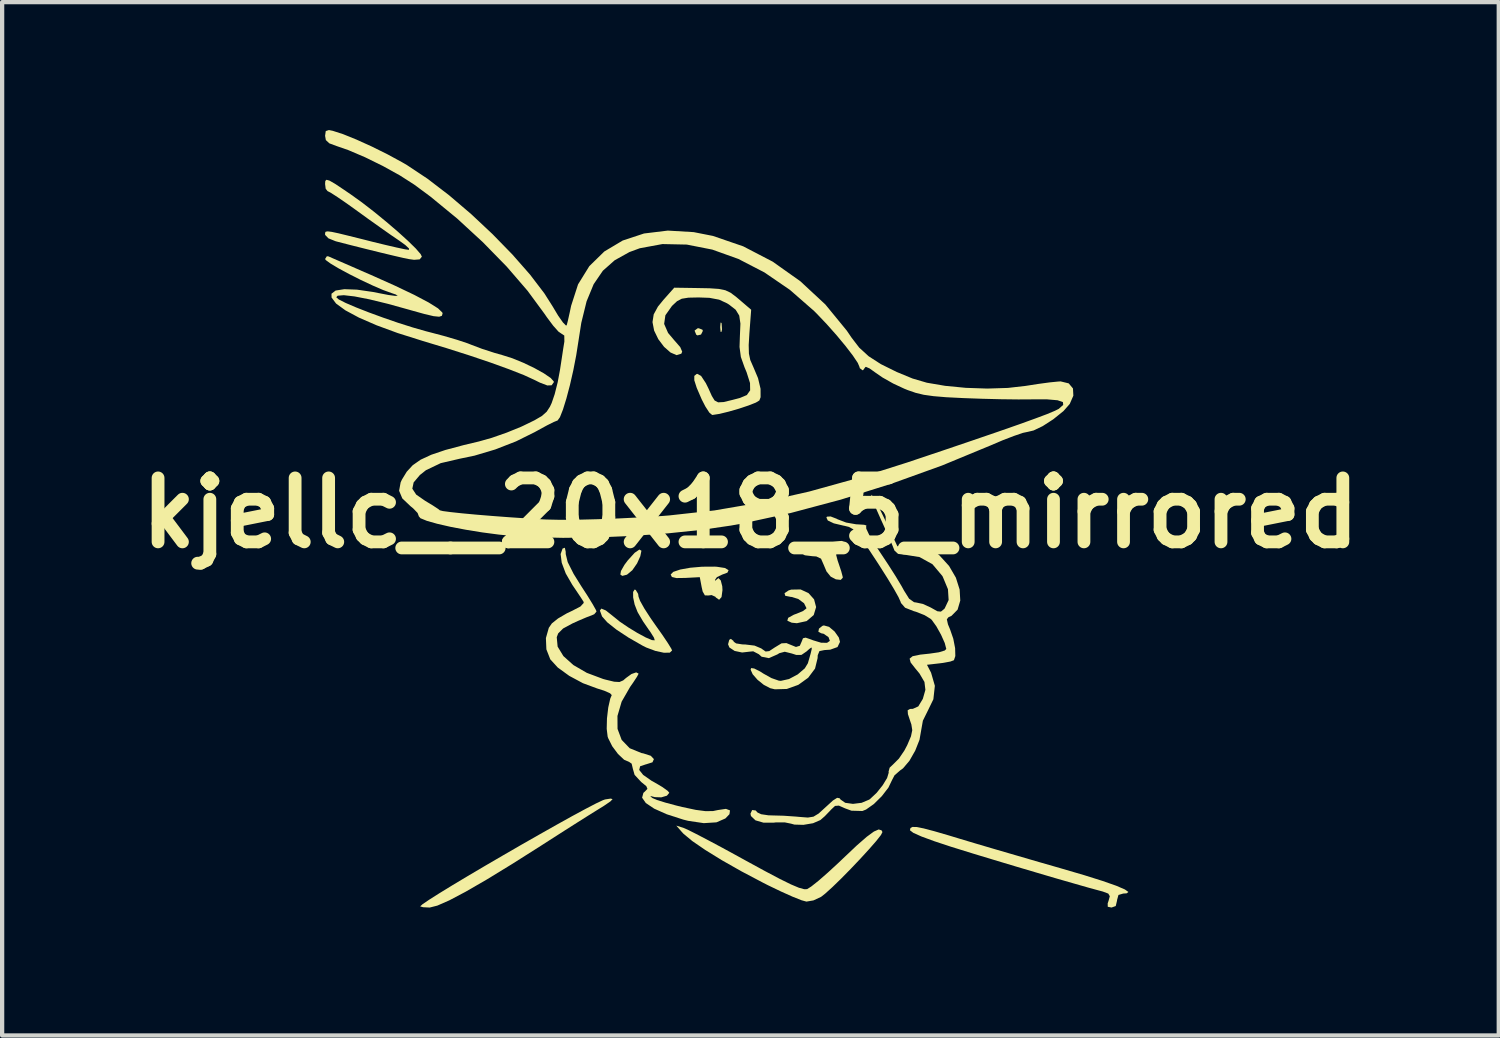
<source format=kicad_pcb>
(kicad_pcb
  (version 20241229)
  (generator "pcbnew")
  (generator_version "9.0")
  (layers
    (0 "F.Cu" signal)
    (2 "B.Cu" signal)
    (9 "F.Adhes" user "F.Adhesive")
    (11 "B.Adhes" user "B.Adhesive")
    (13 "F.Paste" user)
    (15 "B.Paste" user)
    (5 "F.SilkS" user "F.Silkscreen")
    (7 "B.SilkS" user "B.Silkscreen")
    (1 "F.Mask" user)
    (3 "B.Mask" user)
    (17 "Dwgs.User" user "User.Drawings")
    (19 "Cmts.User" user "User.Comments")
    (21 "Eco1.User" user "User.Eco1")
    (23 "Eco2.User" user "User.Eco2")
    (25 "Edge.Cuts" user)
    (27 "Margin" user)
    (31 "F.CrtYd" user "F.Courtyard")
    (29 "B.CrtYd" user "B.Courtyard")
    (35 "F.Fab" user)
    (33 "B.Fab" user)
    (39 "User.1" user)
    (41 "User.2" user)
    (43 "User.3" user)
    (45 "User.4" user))
  (footprint "kjellc__20x18_5_mirrored"
    (layer "F.Cu")
    (at 14.55 8.98)
    (property "Reference" "kjellc__20x18_5_mirrored" (at 0 0 0) (layer "F.SilkS") (effects (font (size 1.5 1.5) (thickness 0.3))))
    (attr board_only exclude_from_pos_files exclude_from_bom)
    (fp_poly (pts (xy -1.127 -4.298) (xy -1.116 -4.27) (xy -1.159 -4.184) (xy -1.243 -4.164) (xy -1.271 -4.18) (xy -1.311 -4.276) (xy -1.24 -4.33) (xy -1.214 -4.332)) (stroke (width 0) (type solid)) (fill yes) (layer "F.SilkS"))
    (fp_poly (pts (xy -0.68 -4.457) (xy -0.676 -4.445) (xy -0.667 -4.302) (xy -0.679 -4.248) (xy -0.7 -4.246) (xy -0.709 -4.349) (xy -0.709 -4.365) (xy -0.7 -4.466)) (stroke (width 0) (type solid)) (fill yes) (layer "F.SilkS"))
    (fp_poly (pts (xy -2.557 0.886) (xy -2.583 1.015) (xy -2.659 1.183) (xy -2.77 1.343) (xy -2.896 1.448) (xy -3.005 1.476) (xy -3.051 1.445) (xy -3.037 1.361) (xy -2.955 1.217) (xy -2.88 1.116) (xy -2.715 0.934) (xy -2.604 0.858)) (stroke (width 0) (type solid)) (fill yes) (layer "F.SilkS"))
    (fp_poly (pts (xy 1.362 1.88) (xy 1.492 2.026) (xy 1.54 2.207) (xy 1.484 2.394) (xy 1.482 2.396) (xy 1.318 2.536) (xy 1.089 2.586) (xy 0.968 2.574) (xy 0.865 2.527) (xy 0.884 2.46) (xy 1.019 2.386) (xy 1.083 2.363) (xy 1.233 2.3) (xy 1.31 2.241) (xy 1.313 2.231) (xy 1.257 2.118) (xy 1.124 2.019) (xy 0.966 1.97) (xy 0.947 1.969) (xy 0.816 1.943) (xy 0.799 1.882) (xy 0.895 1.817) (xy 0.957 1.798) (xy 1.176 1.794)) (stroke (width 0) (type solid)) (fill yes) (layer "F.SilkS"))
    (fp_poly (pts (xy 2.222 0.696) (xy 2.22 0.783) (xy 2.147 0.866) (xy 2.104 0.885) (xy 2.028 0.92) (xy 2.01 0.984) (xy 2.045 1.117) (xy 2.071 1.193) (xy 2.13 1.37) (xy 2.163 1.495) (xy 2.166 1.518) (xy 2.118 1.57) (xy 2.003 1.557) (xy 1.882 1.493) (xy 1.784 1.372) (xy 1.717 1.214) (xy 1.655 1.072) (xy 1.544 1.02) (xy 1.459 1.015) (xy 1.275 0.993) (xy 1.189 0.939) (xy 1.217 0.863) (xy 1.219 0.861) (xy 1.309 0.823) (xy 1.486 0.774) (xy 1.705 0.724) (xy 1.923 0.682) (xy 2.098 0.659) (xy 2.144 0.656)) (stroke (width 0) (type solid)) (fill yes) (layer "F.SilkS"))
    (fp_poly (pts (xy -0.788 1.262) (xy -0.598 1.291) (xy -0.513 1.342) (xy -0.54 1.4) (xy -0.664 1.446) (xy -0.786 1.505) (xy -0.827 1.562) (xy -0.823 1.598) (xy -0.81 1.576) (xy -0.751 1.527) (xy -0.696 1.583) (xy -0.661 1.72) (xy -0.656 1.809) (xy -0.678 1.973) (xy -0.735 2.036) (xy -0.811 1.983) (xy -0.822 1.966) (xy -0.911 1.926) (xy -0.982 1.935) (xy -1.068 1.934) (xy -1.12 1.844) (xy -1.144 1.74) (xy -1.188 1.506) (xy -1.529 1.524) (xy -1.737 1.527) (xy -1.842 1.502) (xy -1.871 1.444) (xy -1.81 1.382) (xy -1.647 1.327) (xy -1.412 1.285) (xy -1.135 1.261) (xy -0.843 1.259)) (stroke (width 0) (type solid)) (fill yes) (layer "F.SilkS"))
    (fp_poly (pts (xy -3.233 6.712) (xy -3.284 6.765) (xy -3.436 6.869) (xy -3.618 6.982) (xy -3.796 7.093) (xy -4.056 7.257) (xy -4.369 7.456) (xy -4.708 7.673) (xy -4.901 7.797) (xy -5.597 8.238) (xy -6.189 8.6) (xy -6.677 8.882) (xy -7.061 9.085) (xy -7.343 9.209) (xy -7.521 9.254) (xy -7.53 9.254) (xy -7.676 9.247) (xy -7.744 9.228) (xy -7.745 9.226) (xy -7.69 9.176) (xy -7.535 9.071) (xy -7.297 8.92) (xy -6.989 8.731) (xy -6.627 8.514) (xy -6.227 8.278) (xy -5.803 8.031) (xy -5.371 7.781) (xy -4.946 7.539) (xy -4.544 7.312) (xy -4.179 7.109) (xy -3.866 6.94) (xy -3.622 6.813) (xy -3.461 6.737) (xy -3.41 6.719) (xy -3.277 6.699)) (stroke (width 0) (type solid)) (fill yes) (layer "F.SilkS"))
    (fp_poly (pts (xy -2.691 1.805) (xy -2.634 1.898) (xy -2.625 1.963) (xy -2.588 2.063) (xy -2.489 2.24) (xy -2.344 2.464) (xy -2.232 2.625) (xy -2.067 2.858) (xy -1.936 3.053) (xy -1.855 3.185) (xy -1.838 3.226) (xy -1.892 3.277) (xy -2.033 3.278) (xy -2.228 3.236) (xy -2.443 3.156) (xy -2.525 3.115) (xy -2.857 2.925) (xy -3.142 2.737) (xy -3.357 2.566) (xy -3.477 2.431) (xy -3.481 2.425) (xy -3.531 2.289) (xy -3.498 2.243) (xy -3.391 2.287) (xy -3.223 2.421) (xy -3.067 2.547) (xy -2.867 2.683) (xy -2.654 2.813) (xy -2.458 2.919) (xy -2.311 2.982) (xy -2.244 2.987) (xy -2.263 2.925) (xy -2.342 2.798) (xy -2.381 2.744) (xy -2.519 2.543) (xy -2.639 2.339) (xy -2.65 2.317) (xy -2.716 2.148) (xy -2.751 1.982) (xy -2.752 1.853) (xy -2.718 1.797)) (stroke (width 0) (type solid)) (fill yes) (layer "F.SilkS"))
    (fp_poly (pts (xy 3.897 7.366) (xy 4.061 7.398) (xy 4.308 7.463) (xy 4.655 7.564) (xy 4.912 7.642) (xy 5.283 7.753) (xy 5.741 7.888) (xy 6.249 8.036) (xy 6.767 8.187) (xy 7.258 8.328) (xy 7.285 8.336) (xy 7.828 8.495) (xy 8.26 8.631) (xy 8.579 8.743) (xy 8.781 8.83) (xy 8.864 8.889) (xy 8.824 8.921) (xy 8.743 8.926) (xy 8.631 8.959) (xy 8.598 9.078) (xy 8.598 9.09) (xy 8.567 9.219) (xy 8.468 9.254) (xy 8.38 9.236) (xy 8.378 9.157) (xy 8.4 9.092) (xy 8.428 8.988) (xy 8.392 8.927) (xy 8.264 8.879) (xy 8.185 8.858) (xy 7.935 8.79) (xy 7.585 8.69) (xy 7.161 8.568) (xy 6.689 8.429) (xy 6.193 8.282) (xy 5.701 8.134) (xy 5.238 7.994) (xy 4.829 7.867) (xy 4.709 7.83) (xy 4.313 7.699) (xy 4.013 7.589) (xy 3.819 7.502) (xy 3.742 7.443) (xy 3.741 7.438) (xy 3.753 7.389) (xy 3.8 7.364)) (stroke (width 0) (type solid)) (fill yes) (layer "F.SilkS"))
    (fp_poly (pts (xy -1.575 7.384) (xy -1.471 7.429) (xy -1.272 7.529) (xy -0.996 7.673) (xy -0.662 7.851) (xy -0.29 8.054) (xy -0.114 8.151) (xy 0.337 8.397) (xy 0.687 8.582) (xy 0.949 8.711) (xy 1.136 8.79) (xy 1.26 8.824) (xy 1.328 8.823) (xy 1.425 8.762) (xy 1.595 8.627) (xy 1.816 8.434) (xy 2.068 8.202) (xy 2.178 8.097) (xy 2.491 7.801) (xy 2.727 7.595) (xy 2.895 7.472) (xy 3.007 7.423) (xy 3.074 7.443) (xy 3.096 7.484) (xy 3.061 7.553) (xy 2.951 7.693) (xy 2.783 7.885) (xy 2.578 8.109) (xy 2.354 8.345) (xy 2.129 8.574) (xy 1.923 8.774) (xy 1.754 8.927) (xy 1.656 9.004) (xy 1.477 9.087) (xy 1.313 9.115) (xy 1.197 9.083) (xy 0.991 9.001) (xy 0.721 8.88) (xy 0.411 8.731) (xy 0.295 8.672) (xy -0.213 8.404) (xy -0.669 8.145) (xy -1.058 7.905) (xy -1.364 7.695) (xy -1.57 7.524) (xy -1.608 7.483) (xy -1.739 7.333)) (stroke (width 0) (type solid)) (fill yes) (layer "F.SilkS"))
    (fp_poly (pts (xy -9.875 -7.795) (xy -9.747 -7.722) (xy -9.541 -7.585) (xy -9.371 -7.469) (xy -9.109 -7.281) (xy -8.826 -7.062) (xy -8.54 -6.828) (xy -8.269 -6.596) (xy -8.033 -6.382) (xy -7.848 -6.201) (xy -7.734 -6.069) (xy -7.706 -6.01) (xy -7.758 -5.947) (xy -7.889 -5.937) (xy -8.007 -5.953) (xy -8.139 -5.98) (xy -8.368 -6.033) (xy -8.668 -6.105) (xy -9.009 -6.189) (xy -9.363 -6.278) (xy -9.701 -6.365) (xy -9.73 -6.373) (xy -9.897 -6.44) (xy -9.975 -6.521) (xy -9.976 -6.534) (xy -9.975 -6.572) (xy -9.961 -6.596) (xy -9.915 -6.604) (xy -9.82 -6.592) (xy -9.66 -6.558) (xy -9.415 -6.498) (xy -9.069 -6.412) (xy -8.862 -6.359) (xy -8.557 -6.285) (xy -8.294 -6.224) (xy -8.101 -6.183) (xy -8.01 -6.17) (xy -8.007 -6.201) (xy -8.095 -6.284) (xy -8.238 -6.387) (xy -8.426 -6.515) (xy -8.683 -6.696) (xy -8.973 -6.902) (xy -9.213 -7.076) (xy -9.467 -7.258) (xy -9.684 -7.407) (xy -9.842 -7.509) (xy -9.917 -7.548) (xy -9.918 -7.548) (xy -9.962 -7.604) (xy -9.976 -7.715) (xy -9.971 -7.785) (xy -9.944 -7.814)) (stroke (width 0) (type solid)) (fill yes) (layer "F.SilkS"))
    (fp_poly (pts (xy -1.271 -5.275) (xy -0.957 -5.269) (xy -0.741 -5.254) (xy -0.589 -5.223) (xy -0.468 -5.166) (xy -0.344 -5.074) (xy -0.253 -4.997) (xy 0.017 -4.766) (xy -0.024 -4.223) (xy -0.041 -3.937) (xy -0.036 -3.738) (xy -0.004 -3.586) (xy 0.061 -3.438) (xy 0.068 -3.422) (xy 0.178 -3.161) (xy 0.237 -2.912) (xy 0.238 -2.714) (xy 0.209 -2.638) (xy 0.127 -2.588) (xy -0.046 -2.52) (xy -0.271 -2.445) (xy -0.511 -2.376) (xy -0.728 -2.323) (xy -0.884 -2.299) (xy -0.898 -2.298) (xy -0.964 -2.353) (xy -1.057 -2.496) (xy -1.142 -2.661) (xy -1.26 -2.934) (xy -1.317 -3.112) (xy -1.317 -3.214) (xy -1.262 -3.259) (xy -1.247 -3.262) (xy -1.158 -3.214) (xy -1.046 -3.044) (xy -0.984 -2.918) (xy -0.905 -2.742) (xy -0.84 -2.637) (xy -0.758 -2.594) (xy -0.628 -2.601) (xy -0.418 -2.652) (xy -0.246 -2.697) (xy -0.085 -2.765) (xy -0.007 -2.875) (xy -0.01 -3.046) (xy -0.09 -3.299) (xy -0.14 -3.419) (xy -0.225 -3.659) (xy -0.256 -3.893) (xy -0.247 -4.16) (xy -0.235 -4.44) (xy -0.263 -4.629) (xy -0.347 -4.766) (xy -0.502 -4.887) (xy -0.55 -4.917) (xy -0.734 -5.002) (xy -0.963 -5.045) (xy -1.212 -5.054) (xy -1.455 -5.049) (xy -1.611 -5.024) (xy -1.722 -4.966) (xy -1.834 -4.861) (xy -1.844 -4.85) (xy -1.995 -4.636) (xy -2.024 -4.433) (xy -1.932 -4.222) (xy -1.792 -4.056) (xy -1.647 -3.89) (xy -1.601 -3.783) (xy -1.621 -3.735) (xy -1.733 -3.701) (xy -1.875 -3.763) (xy -2.026 -3.896) (xy -2.161 -4.075) (xy -2.259 -4.277) (xy -2.297 -4.475) (xy -2.297 -4.477) (xy -2.269 -4.657) (xy -2.17 -4.839) (xy -2.042 -4.996) (xy -1.787 -5.283)) (stroke (width 0) (type solid)) (fill yes) (layer "F.SilkS"))
    (fp_poly (pts (xy -9.894 -6.016) (xy -9.808 -5.978) (xy -9.624 -5.898) (xy -9.367 -5.786) (xy -9.059 -5.651) (xy -8.904 -5.584) (xy -8.339 -5.331) (xy -7.886 -5.115) (xy -7.547 -4.936) (xy -7.327 -4.798) (xy -7.226 -4.7) (xy -7.22 -4.678) (xy -7.237 -4.623) (xy -7.301 -4.602) (xy -7.431 -4.615) (xy -7.647 -4.666) (xy -7.967 -4.755) (xy -7.99 -4.762) (xy -8.502 -4.904) (xy -8.937 -5.01) (xy -9.285 -5.078) (xy -9.536 -5.107) (xy -9.681 -5.095) (xy -9.714 -5.059) (xy -9.655 -5.007) (xy -9.493 -4.925) (xy -9.25 -4.821) (xy -8.949 -4.703) (xy -8.613 -4.58) (xy -8.263 -4.459) (xy -7.922 -4.351) (xy -7.612 -4.262) (xy -7.507 -4.235) (xy -7.189 -4.151) (xy -6.882 -4.061) (xy -6.632 -3.978) (xy -6.536 -3.94) (xy -6.295 -3.849) (xy -6.005 -3.755) (xy -5.822 -3.703) (xy -5.582 -3.627) (xy -5.321 -3.52) (xy -5.067 -3.398) (xy -4.846 -3.275) (xy -4.686 -3.166) (xy -4.612 -3.083) (xy -4.612 -3.065) (xy -4.663 -2.994) (xy -4.764 -2.99) (xy -4.937 -3.056) (xy -5.075 -3.124) (xy -5.315 -3.234) (xy -5.662 -3.37) (xy -6.093 -3.526) (xy -6.588 -3.693) (xy -7.127 -3.865) (xy -7.687 -4.034) (xy -7.705 -4.04) (xy -8.273 -4.219) (xy -8.768 -4.401) (xy -9.18 -4.58) (xy -9.5 -4.752) (xy -9.718 -4.911) (xy -9.824 -5.052) (xy -9.826 -5.141) (xy -9.729 -5.216) (xy -9.525 -5.248) (xy -9.228 -5.237) (xy -8.855 -5.183) (xy -8.729 -5.158) (xy -8.491 -5.112) (xy -8.334 -5.091) (xy -8.272 -5.094) (xy -8.318 -5.123) (xy -8.412 -5.155) (xy -8.614 -5.228) (xy -8.864 -5.336) (xy -9.139 -5.465) (xy -9.412 -5.603) (xy -9.657 -5.735) (xy -9.848 -5.849) (xy -9.959 -5.93) (xy -9.976 -5.956) (xy -9.934 -6.021)) (stroke (width 0) (type solid)) (fill yes) (layer "F.SilkS"))
    (fp_poly (pts (xy 1.843 2.671) (xy 1.974 2.781) (xy 2.073 2.922) (xy 2.1 3.024) (xy 2.042 3.145) (xy 1.87 3.207) (xy 1.734 3.216) (xy 1.618 3.24) (xy 1.578 3.337) (xy 1.575 3.404) (xy 1.515 3.65) (xy 1.354 3.865) (xy 1.123 4.031) (xy 0.853 4.128) (xy 0.573 4.136) (xy 0.463 4.11) (xy 0.312 4.031) (xy 0.165 3.912) (xy 0.052 3.783) (xy 0.004 3.676) (xy 0.016 3.638) (xy 0.088 3.648) (xy 0.227 3.718) (xy 0.305 3.768) (xy 0.493 3.873) (xy 0.665 3.933) (xy 0.713 3.938) (xy 0.905 3.895) (xy 1.108 3.787) (xy 1.274 3.645) (xy 1.347 3.525) (xy 1.411 3.301) (xy 1.439 3.184) (xy 1.43 3.154) (xy 1.38 3.19) (xy 1.318 3.246) (xy 1.197 3.329) (xy 1.074 3.33) (xy 0.972 3.297) (xy 0.805 3.255) (xy 0.677 3.289) (xy 0.633 3.317) (xy 0.432 3.405) (xy 0.262 3.372) (xy 0.196 3.313) (xy 0.065 3.245) (xy -0.011 3.252) (xy -0.195 3.273) (xy -0.371 3.236) (xy -0.494 3.155) (xy -0.525 3.08) (xy -0.497 2.976) (xy -0.459 2.953) (xy -0.396 3.003) (xy -0.394 3.019) (xy -0.335 3.06) (xy -0.189 3.083) (xy -0.12 3.085) (xy 0.096 3.111) (xy 0.255 3.178) (xy 0.269 3.189) (xy 0.356 3.25) (xy 0.441 3.24) (xy 0.574 3.152) (xy 0.578 3.15) (xy 0.729 3.058) (xy 0.844 3.052) (xy 0.907 3.078) (xy 1.067 3.143) (xy 1.158 3.115) (xy 1.2 3.02) (xy 1.232 2.939) (xy 1.294 2.924) (xy 1.427 2.97) (xy 1.467 2.986) (xy 1.656 3.043) (xy 1.796 3.046) (xy 1.863 3) (xy 1.831 2.913) (xy 1.717 2.834) (xy 1.66 2.822) (xy 1.593 2.787) (xy 1.607 2.713) (xy 1.688 2.648) (xy 1.722 2.638)) (stroke (width 0) (type solid)) (fill yes) (layer "F.SilkS"))
    (fp_poly (pts (xy -4.333 0.908) (xy -4.332 0.964) (xy -4.286 1.153) (xy -4.147 1.429) (xy -3.971 1.712) (xy -3.818 1.948) (xy -3.697 2.145) (xy -3.624 2.275) (xy -3.61 2.312) (xy -3.663 2.375) (xy -3.725 2.402) (xy -3.847 2.448) (xy -4.037 2.529) (xy -4.176 2.592) (xy -4.394 2.71) (xy -4.509 2.825) (xy -4.543 2.914) (xy -4.522 3.135) (xy -4.387 3.357) (xy -4.153 3.567) (xy -3.838 3.75) (xy -3.457 3.893) (xy -3.399 3.909) (xy -3.196 3.958) (xy -3.072 3.965) (xy -2.984 3.927) (xy -2.918 3.87) (xy -2.791 3.778) (xy -2.68 3.739) (xy -2.626 3.766) (xy -2.625 3.774) (xy -2.661 3.842) (xy -2.751 3.979) (xy -2.822 4.08) (xy -3.021 4.426) (xy -3.119 4.761) (xy -3.117 5.065) (xy -3.02 5.323) (xy -2.832 5.518) (xy -2.555 5.631) (xy -2.512 5.639) (xy -2.338 5.695) (xy -2.264 5.773) (xy -2.298 5.848) (xy -2.446 5.895) (xy -2.449 5.895) (xy -2.587 5.941) (xy -2.609 6.027) (xy -2.516 6.144) (xy -2.315 6.284) (xy -2.247 6.321) (xy -2.064 6.429) (xy -1.939 6.519) (xy -1.903 6.563) (xy -1.959 6.631) (xy -2.091 6.67) (xy -2.242 6.665) (xy -2.272 6.657) (xy -2.351 6.637) (xy -2.316 6.673) (xy -2.297 6.687) (xy -2.192 6.732) (xy -1.993 6.794) (xy -1.736 6.863) (xy -1.601 6.896) (xy -1.281 6.964) (xy -1.051 6.994) (xy -0.876 6.991) (xy -0.765 6.968) (xy -0.575 6.94) (xy -0.48 6.976) (xy -0.492 7.065) (xy -0.588 7.165) (xy -0.797 7.256) (xy -1.094 7.275) (xy -1.46 7.221) (xy -1.575 7.192) (xy -1.962 7.067) (xy -2.258 6.935) (xy -2.454 6.803) (xy -2.541 6.678) (xy -2.511 6.565) (xy -2.474 6.532) (xy -2.416 6.471) (xy -2.442 6.408) (xy -2.562 6.31) (xy -2.717 6.143) (xy -2.757 6.003) (xy -2.786 5.88) (xy -2.843 5.841) (xy -2.963 5.788) (xy -3.107 5.652) (xy -3.242 5.471) (xy -3.337 5.281) (xy -3.349 5.246) (xy -3.371 5.063) (xy -3.365 4.818) (xy -3.335 4.564) (xy -3.288 4.355) (xy -3.253 4.272) (xy -3.293 4.229) (xy -3.429 4.169) (xy -3.596 4.116) (xy -3.928 3.993) (xy -4.249 3.821) (xy -4.518 3.626) (xy -4.694 3.434) (xy -4.786 3.199) (xy -4.797 2.934) (xy -4.729 2.694) (xy -4.657 2.59) (xy -4.513 2.475) (xy -4.306 2.354) (xy -4.192 2.3) (xy -3.988 2.195) (xy -3.91 2.11) (xy -3.915 2.081) (xy -3.976 1.986) (xy -4.085 1.823) (xy -4.178 1.686) (xy -4.332 1.419) (xy -4.426 1.168) (xy -4.452 0.964) (xy -4.406 0.835) (xy -4.353 0.816)) (stroke (width 0) (type solid)) (fill yes) (layer "F.SilkS"))
    (fp_poly (pts (xy 2.873 -0.386) (xy 2.953 -0.247) (xy 3.061 -0.035) (xy 3.156 0.161) (xy 3.446 0.782) (xy 3.821 0.785) (xy 4.057 0.797) (xy 4.221 0.843) (xy 4.372 0.944) (xy 4.432 0.995) (xy 4.658 1.243) (xy 4.818 1.518) (xy 4.906 1.797) (xy 4.921 2.054) (xy 4.858 2.268) (xy 4.714 2.414) (xy 4.646 2.444) (xy 4.606 2.494) (xy 4.632 2.612) (xy 4.682 2.732) (xy 4.757 2.949) (xy 4.8 3.171) (xy 4.805 3.356) (xy 4.772 3.454) (xy 4.688 3.485) (xy 4.522 3.516) (xy 4.436 3.527) (xy 4.14 3.561) (xy 4.236 3.746) (xy 4.325 4.054) (xy 4.29 4.37) (xy 4.168 4.621) (xy 4.044 4.872) (xy 4.004 5.097) (xy 3.965 5.32) (xy 3.865 5.573) (xy 3.729 5.812) (xy 3.579 5.989) (xy 3.51 6.039) (xy 3.379 6.153) (xy 3.322 6.262) (xy 3.236 6.441) (xy 3.081 6.642) (xy 2.894 6.827) (xy 2.711 6.956) (xy 2.625 6.99) (xy 2.369 6.983) (xy 2.219 6.928) (xy 2.074 6.864) (xy 1.984 6.871) (xy 1.891 6.958) (xy 1.874 6.977) (xy 1.744 7.112) (xy 1.641 7.202) (xy 1.468 7.277) (xy 1.242 7.315) (xy 1.031 7.309) (xy 0.952 7.287) (xy 0.804 7.257) (xy 0.601 7.257) (xy 0.549 7.263) (xy 0.307 7.264) (xy 0.117 7.209) (xy 0.012 7.108) (xy 0 7.053) (xy 0.04 6.967) (xy 0.123 6.978) (xy 0.166 7.026) (xy 0.252 7.066) (xy 0.42 7.091) (xy 0.514 7.094) (xy 0.777 7.101) (xy 1.066 7.121) (xy 1.154 7.129) (xy 1.346 7.144) (xy 1.478 7.123) (xy 1.6 7.049) (xy 1.762 6.901) (xy 1.772 6.892) (xy 1.934 6.744) (xy 2.033 6.681) (xy 2.091 6.691) (xy 2.114 6.722) (xy 2.223 6.798) (xy 2.404 6.823) (xy 2.607 6.798) (xy 2.783 6.724) (xy 2.804 6.71) (xy 2.961 6.562) (xy 3.102 6.385) (xy 3.205 6.216) (xy 3.243 6.09) (xy 3.239 6.069) (xy 3.264 5.975) (xy 3.364 5.879) (xy 3.482 5.761) (xy 3.61 5.572) (xy 3.677 5.445) (xy 3.765 5.238) (xy 3.795 5.094) (xy 3.774 4.96) (xy 3.753 4.899) (xy 3.693 4.718) (xy 3.687 4.628) (xy 3.742 4.597) (xy 3.81 4.594) (xy 3.936 4.537) (xy 4.043 4.36) (xy 4.103 4.149) (xy 4.081 3.964) (xy 3.964 3.765) (xy 3.864 3.644) (xy 3.757 3.507) (xy 3.733 3.417) (xy 3.803 3.36) (xy 3.981 3.323) (xy 4.205 3.299) (xy 4.419 3.268) (xy 4.557 3.226) (xy 4.593 3.19) (xy 4.557 3.051) (xy 4.47 2.856) (xy 4.36 2.659) (xy 4.253 2.51) (xy 4.226 2.484) (xy 4.083 2.397) (xy 3.883 2.318) (xy 3.83 2.303) (xy 3.627 2.223) (xy 3.53 2.112) (xy 3.521 2.083) (xy 3.473 1.976) (xy 3.366 1.785) (xy 3.214 1.533) (xy 3.031 1.244) (xy 2.963 1.139) (xy 2.757 0.826) (xy 2.604 0.606) (xy 2.489 0.462) (xy 2.396 0.375) (xy 2.307 0.327) (xy 2.206 0.302) (xy 2.188 0.299) (xy 1.955 0.244) (xy 1.814 0.177) (xy 1.781 0.107) (xy 1.795 0.087) (xy 1.88 0.082) (xy 2.021 0.136) (xy 2.044 0.149) (xy 2.244 0.225) (xy 2.478 0.266) (xy 2.516 0.268) (xy 2.665 0.277) (xy 2.724 0.295) (xy 2.714 0.304) (xy 2.716 0.369) (xy 2.789 0.523) (xy 2.927 0.752) (xy 3.05 0.938) (xy 3.235 1.217) (xy 3.407 1.487) (xy 3.542 1.712) (xy 3.602 1.821) (xy 3.721 2.011) (xy 3.837 2.093) (xy 3.89 2.101) (xy 4.045 2.134) (xy 4.226 2.217) (xy 4.244 2.227) (xy 4.385 2.306) (xy 4.467 2.314) (xy 4.541 2.254) (xy 4.556 2.238) (xy 4.648 2.042) (xy 4.632 1.789) (xy 4.51 1.495) (xy 4.498 1.475) (xy 4.268 1.202) (xy 3.966 1.035) (xy 3.647 0.984) (xy 3.462 0.96) (xy 3.376 0.88) (xy 3.373 0.87) (xy 3.33 0.762) (xy 3.247 0.568) (xy 3.136 0.321) (xy 3.071 0.178) (xy 2.96 -0.071) (xy 2.879 -0.273) (xy 2.837 -0.4) (xy 2.835 -0.429)) (stroke (width 0) (type solid)) (fill yes) (layer "F.SilkS"))
    (fp_poly (pts (xy -9.796 -8.962) (xy -9.557 -8.885) (xy -9.241 -8.757) (xy -8.881 -8.594) (xy -8.512 -8.411) (xy -8.17 -8.225) (xy -8.055 -8.158) (xy -7.575 -7.839) (xy -7.067 -7.45) (xy -6.551 -7.01) (xy -6.05 -6.54) (xy -5.582 -6.06) (xy -5.17 -5.591) (xy -4.835 -5.152) (xy -4.643 -4.85) (xy -4.509 -4.626) (xy -4.398 -4.468) (xy -4.327 -4.396) (xy -4.309 -4.402) (xy -4.28 -4.516) (xy -4.237 -4.709) (xy -4.206 -4.857) (xy -4.043 -5.361) (xy -3.779 -5.788) (xy -3.427 -6.132) (xy -2.996 -6.389) (xy -2.496 -6.554) (xy -1.938 -6.622) (xy -1.331 -6.586) (xy -0.88 -6.497) (xy -0.17 -6.253) (xy 0.521 -5.894) (xy 1.17 -5.434) (xy 1.757 -4.889) (xy 2.26 -4.275) (xy 2.373 -4.109) (xy 2.551 -3.877) (xy 2.772 -3.675) (xy 3.057 -3.491) (xy 3.431 -3.306) (xy 3.801 -3.153) (xy 4.138 -3.054) (xy 4.567 -2.981) (xy 5.051 -2.934) (xy 5.553 -2.917) (xy 6.037 -2.932) (xy 6.456 -2.98) (xy 6.751 -3.026) (xy 7.018 -3.062) (xy 7.218 -3.082) (xy 7.275 -3.085) (xy 7.464 -3.039) (xy 7.564 -2.92) (xy 7.573 -2.75) (xy 7.488 -2.556) (xy 7.341 -2.389) (xy 7.101 -2.196) (xy 6.855 -2.037) (xy 6.64 -1.934) (xy 6.509 -1.903) (xy 6.39 -1.878) (xy 6.182 -1.807) (xy 5.912 -1.703) (xy 5.612 -1.575) (xy 5.606 -1.573) (xy 4.491 -1.112) (xy 3.317 -0.689) (xy 2.121 -0.313) (xy 0.94 0.002) (xy -0.188 0.247) (xy -0.458 0.296) (xy -1.152 0.397) (xy -1.93 0.478) (xy -2.756 0.538) (xy -3.59 0.574) (xy -4.394 0.584) (xy -5.131 0.568) (xy -5.513 0.545) (xy -5.897 0.508) (xy -6.292 0.456) (xy -6.679 0.393) (xy -7.037 0.325) (xy -7.346 0.254) (xy -7.587 0.186) (xy -7.739 0.124) (xy -7.782 0.073) (xy -7.78 0.07) (xy -7.806 0.001) (xy -7.912 -0.109) (xy -7.971 -0.157) (xy -8.165 -0.341) (xy -8.24 -0.52) (xy -8.231 -0.569) (xy -7.93 -0.569) (xy -7.839 -0.43) (xy -7.63 -0.285) (xy -7.451 -0.177) (xy -7.323 -0.093) (xy -7.285 -0.062) (xy -7.213 -0.044) (xy -7.031 -0.02) (xy -6.762 0.009) (xy -6.428 0.04) (xy -6.05 0.071) (xy -5.65 0.101) (xy -5.25 0.128) (xy -4.872 0.15) (xy -4.791 0.154) (xy -4.478 0.161) (xy -4.066 0.159) (xy -3.587 0.147) (xy -3.073 0.128) (xy -2.556 0.102) (xy -2.067 0.071) (xy -1.903 0.058) (xy -0.846 -0.059) (xy 0.242 -0.245) (xy 1.378 -0.502) (xy 2.582 -0.836) (xy 3.675 -1.183) (xy 4.506 -1.462) (xy 5.216 -1.703) (xy 5.811 -1.907) (xy 6.295 -2.076) (xy 6.675 -2.213) (xy 6.955 -2.318) (xy 7.139 -2.395) (xy 7.231 -2.441) (xy 7.335 -2.534) (xy 7.328 -2.6) (xy 7.203 -2.643) (xy 6.958 -2.664) (xy 6.613 -2.664) (xy 6.283 -2.662) (xy 5.872 -2.667) (xy 5.432 -2.678) (xy 5.013 -2.693) (xy 4.988 -2.694) (xy 4.591 -2.714) (xy 4.294 -2.739) (xy 4.065 -2.771) (xy 3.874 -2.817) (xy 3.689 -2.881) (xy 3.61 -2.913) (xy 3.348 -3.035) (xy 3.097 -3.177) (xy 2.937 -3.287) (xy 2.796 -3.388) (xy 2.707 -3.427) (xy 2.691 -3.416) (xy 2.643 -3.35) (xy 2.625 -3.347) (xy 2.562 -3.398) (xy 2.56 -3.418) (xy 2.517 -3.519) (xy 2.401 -3.692) (xy 2.229 -3.916) (xy 2.019 -4.169) (xy 1.788 -4.429) (xy 1.555 -4.674) (xy 1.494 -4.735) (xy 0.925 -5.232) (xy 0.328 -5.641) (xy -0.283 -5.957) (xy -0.894 -6.176) (xy -1.493 -6.294) (xy -2.064 -6.306) (xy -2.595 -6.208) (xy -2.839 -6.118) (xy -3.184 -5.926) (xy -3.461 -5.681) (xy -3.677 -5.365) (xy -3.843 -4.963) (xy -3.967 -4.459) (xy -4.033 -4.036) (xy -4.086 -3.698) (xy -4.155 -3.343) (xy -4.234 -2.997) (xy -4.317 -2.683) (xy -4.397 -2.425) (xy -4.468 -2.245) (xy -4.524 -2.167) (xy -4.531 -2.166) (xy -4.608 -2.135) (xy -4.769 -2.055) (xy -4.983 -1.938) (xy -5.063 -1.894) (xy -5.497 -1.679) (xy -5.985 -1.489) (xy -6.471 -1.344) (xy -6.808 -1.274) (xy -7.264 -1.168) (xy -7.611 -1.002) (xy -7.752 -0.89) (xy -7.899 -0.716) (xy -7.93 -0.569) (xy -8.231 -0.569) (xy -8.204 -0.717) (xy -8.174 -0.782) (xy -8.061 -0.967) (xy -7.921 -1.119) (xy -7.735 -1.249) (xy -7.485 -1.365) (xy -7.154 -1.477) (xy -6.723 -1.592) (xy -6.366 -1.677) (xy -6.065 -1.762) (xy -5.714 -1.885) (xy -5.382 -2.02) (xy -5.328 -2.045) (xy -5.063 -2.174) (xy -4.889 -2.276) (xy -4.779 -2.374) (xy -4.702 -2.492) (xy -4.662 -2.578) (xy -4.591 -2.786) (xy -4.521 -3.064) (xy -4.468 -3.347) (xy -4.427 -3.614) (xy -4.391 -3.853) (xy -4.365 -4.013) (xy -4.364 -4.02) (xy -4.366 -4.161) (xy -4.427 -4.201) (xy -4.502 -4.252) (xy -4.625 -4.39) (xy -4.773 -4.588) (xy -4.834 -4.676) (xy -5.228 -5.211) (xy -5.716 -5.777) (xy -6.275 -6.349) (xy -6.878 -6.904) (xy -7.502 -7.417) (xy -7.886 -7.701) (xy -8.22 -7.915) (xy -8.619 -8.136) (xy -9.038 -8.342) (xy -9.432 -8.51) (xy -9.697 -8.602) (xy -9.876 -8.668) (xy -9.958 -8.745) (xy -9.976 -8.845) (xy -9.96 -8.956) (xy -9.886 -8.98)) (stroke (width 0) (type solid)) (fill yes) (layer "F.SilkS")))
  (gr_rect
    (start -3 -3)
    (end 32.1 21.234)
    (stroke (width 0.1) (type default))
    (fill no)
    (layer "Edge.Cuts")))
</source>
